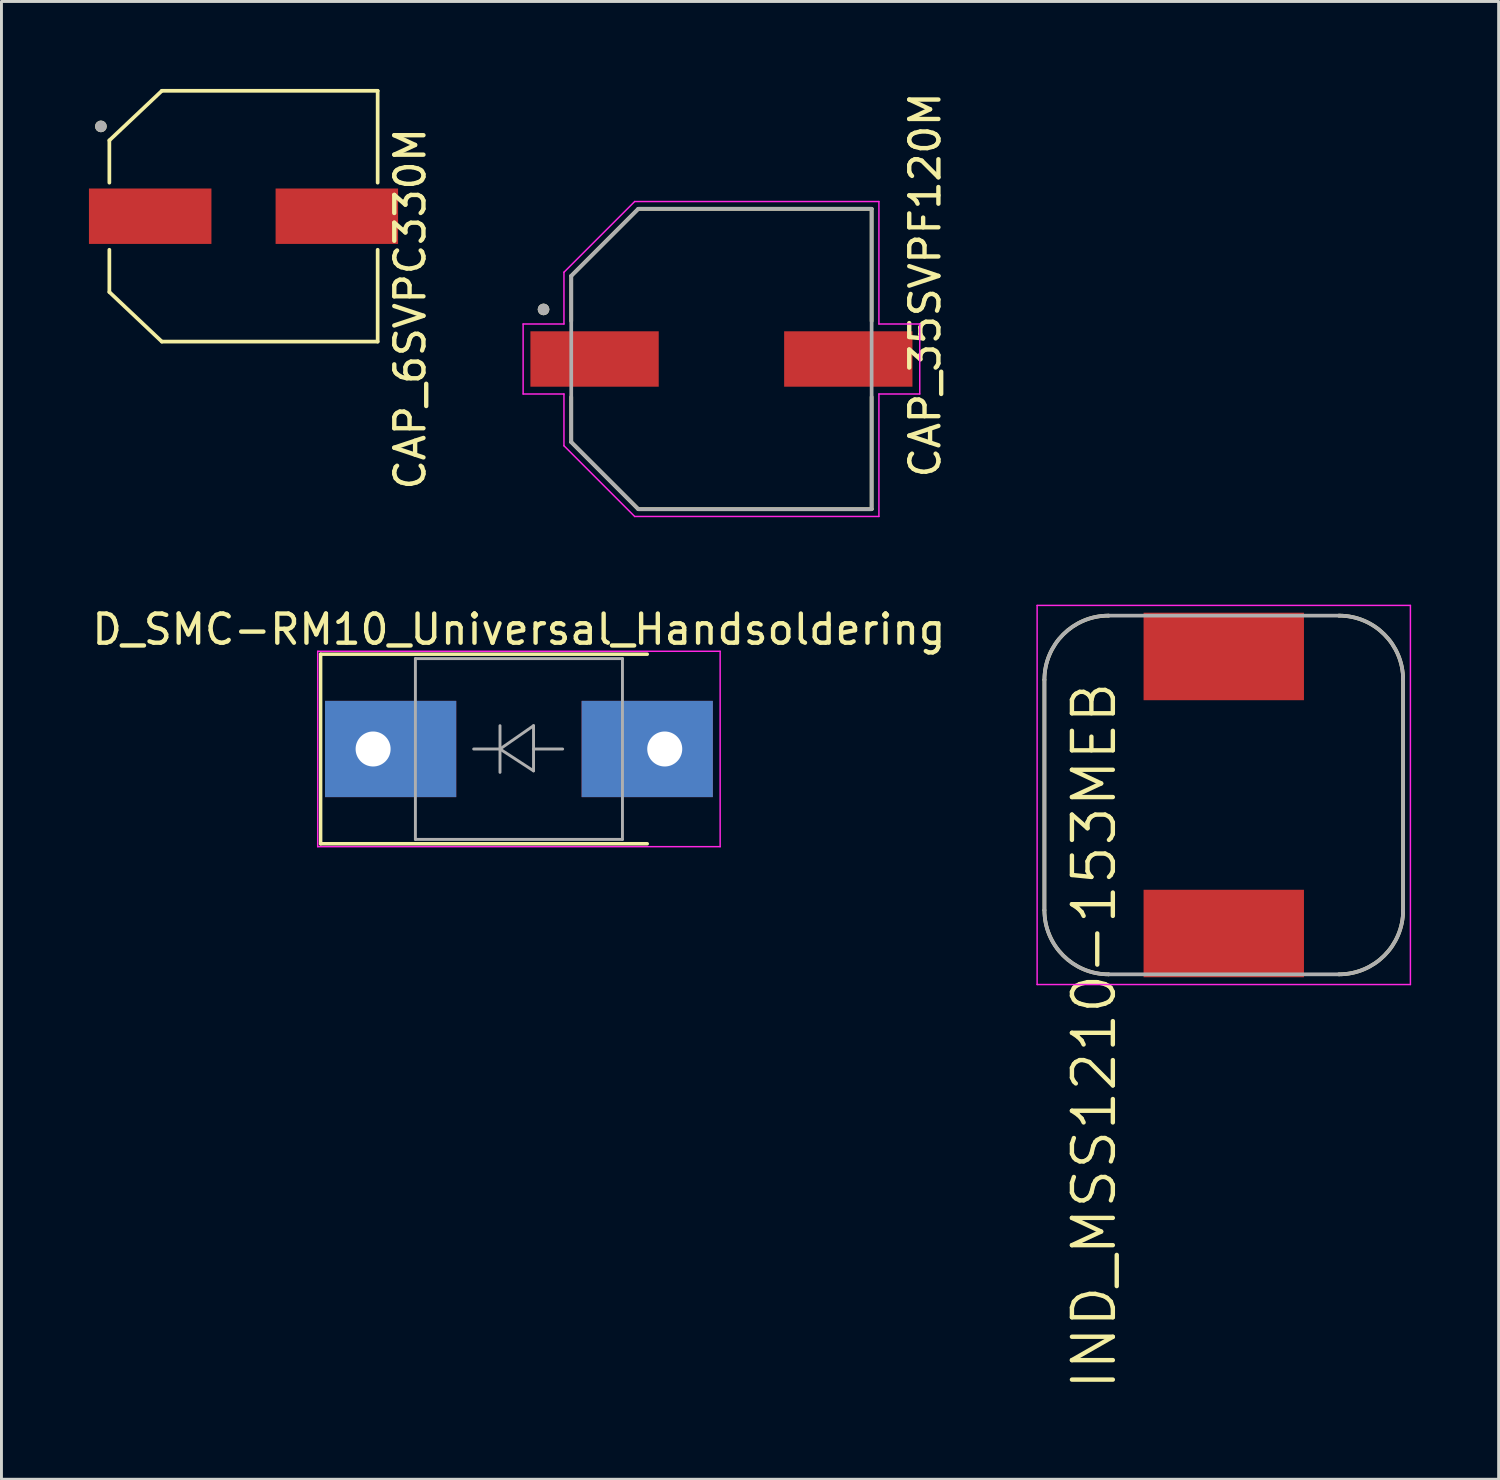
<source format=kicad_pcb>
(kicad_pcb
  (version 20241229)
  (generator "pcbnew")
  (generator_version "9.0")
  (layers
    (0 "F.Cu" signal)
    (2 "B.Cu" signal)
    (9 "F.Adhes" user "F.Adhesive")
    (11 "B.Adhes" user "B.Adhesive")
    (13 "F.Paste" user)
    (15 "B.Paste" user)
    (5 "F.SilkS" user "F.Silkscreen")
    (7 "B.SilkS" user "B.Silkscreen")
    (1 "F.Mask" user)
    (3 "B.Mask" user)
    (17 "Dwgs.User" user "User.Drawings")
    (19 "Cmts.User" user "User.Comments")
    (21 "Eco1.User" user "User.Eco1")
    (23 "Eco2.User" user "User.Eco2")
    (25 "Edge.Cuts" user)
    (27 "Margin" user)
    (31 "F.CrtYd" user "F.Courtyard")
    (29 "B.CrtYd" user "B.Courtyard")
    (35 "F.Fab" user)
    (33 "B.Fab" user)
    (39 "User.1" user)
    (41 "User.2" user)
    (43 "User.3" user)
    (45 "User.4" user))
  (footprint "D_SMC-RM10_Universal_Handsoldering"
    (layer "F.Cu")
    (at 14.744 22.633)
    (property "Reference" "D_SMC-RM10_Universal_Handsoldering" (at 0 -4.1 180) (layer "F.SilkS") (effects (font (size 1 1) (thickness 0.15))))
    (attr through_hole)
    (fp_line (start -6.8 -3.25) (end 4.4 -3.25) (stroke (width 0.12) (type solid)) (layer "F.SilkS"))
    (fp_line (start -6.8 3.25) (end -6.8 -3.25) (stroke (width 0.12) (type solid)) (layer "F.SilkS"))
    (fp_line (start -6.8 3.25) (end 4.4 3.25) (stroke (width 0.12) (type solid)) (layer "F.SilkS"))
    (fp_line (start -6.9 -3.35) (end 6.9 -3.35) (stroke (width 0.05) (type solid)) (layer "F.CrtYd"))
    (fp_line (start -6.9 3.35) (end -6.9 -3.35) (stroke (width 0.05) (type solid)) (layer "F.CrtYd"))
    (fp_line (start 6.9 -3.35) (end 6.9 3.35) (stroke (width 0.05) (type solid)) (layer "F.CrtYd"))
    (fp_line (start 6.9 3.35) (end -6.9 3.35) (stroke (width 0.05) (type solid)) (layer "F.CrtYd"))
    (fp_line (start -3.55 3.1) (end -3.55 -3.1) (stroke (width 0.1) (type solid)) (layer "F.Fab"))
    (fp_line (start -0.649 -0.799) (end -0.649 0.801) (stroke (width 0.1) (type solid)) (layer "F.Fab"))
    (fp_line (start -0.649 0.001) (end -1.551 0.001) (stroke (width 0.1) (type solid)) (layer "F.Fab"))
    (fp_line (start -0.649 0.001) (end 0.501 -0.799) (stroke (width 0.1) (type solid)) (layer "F.Fab"))
    (fp_line (start -0.649 0.001) (end 0.501 0.75) (stroke (width 0.1) (type solid)) (layer "F.Fab"))
    (fp_line (start 0.501 0.001) (end 1.499 0.001) (stroke (width 0.1) (type solid)) (layer "F.Fab"))
    (fp_line (start 0.501 0.75) (end 0.501 -0.799) (stroke (width 0.1) (type solid)) (layer "F.Fab"))
    (fp_line (start 3.55 -3.1) (end -3.55 -3.1) (stroke (width 0.1) (type solid)) (layer "F.Fab"))
    (fp_line (start 3.55 -3.1) (end 3.55 3.1) (stroke (width 0.1) (type solid)) (layer "F.Fab"))
    (fp_line (start 3.55 3.1) (end -3.55 3.1) (stroke (width 0.1) (type solid)) (layer "F.Fab"))
    (pad "1" thru_hole rect (at -5 0) (size 4.5 3.3) (drill 1.2 (offset 0.6 0)) (layers "*.Cu" "*.Mask"))
    (pad "2" thru_hole rect (at 5 0 180) (size 4.5 3.3) (drill 1.2 (offset 0.6 0)) (layers "*.Cu" "*.Mask")))
  (footprint "IND_MSS1210-153MEB"
    (layer "F.Cu")
    (at 38.913 24.21)
    (property "Reference" "IND_MSS1210-153MEB" (at -4.445 8.255 270) (layer "F.SilkS") (effects (font (size 1.403 1.403) (thickness 0.15))))
    (attr through_hole)
    (fp_line (start -6.15 3.95) (end -6.15 -3.95) (stroke (width 0.127) (type solid)) (layer "F.SilkS"))
    (fp_line (start 6.15 -3.95) (end 6.15 3.95) (stroke (width 0.127) (type solid)) (layer "F.SilkS"))
    (fp_arc (start -6.15 -3.95) (mid -5.505635 -5.505635) (end -3.95 -6.15) (stroke (width 0.127) (type solid)) (layer "F.SilkS"))
    (fp_arc (start -3.95 6.15) (mid -5.505635 5.505635) (end -6.15 3.95) (stroke (width 0.127) (type solid)) (layer "F.SilkS"))
    (fp_arc (start 3.95 -6.15) (mid 5.505635 -5.505635) (end 6.15 -3.95) (stroke (width 0.127) (type solid)) (layer "F.SilkS"))
    (fp_arc (start 6.15 3.95) (mid 5.505635 5.505635) (end 3.95 6.15) (stroke (width 0.127) (type solid)) (layer "F.SilkS"))
    (fp_line (start -6.4 -6.5) (end -6.4 6.5) (stroke (width 0.05) (type solid)) (layer "F.CrtYd"))
    (fp_line (start -6.4 6.5) (end 6.4 6.5) (stroke (width 0.05) (type solid)) (layer "F.CrtYd"))
    (fp_line (start 6.4 -6.5) (end -6.4 -6.5) (stroke (width 0.05) (type solid)) (layer "F.CrtYd"))
    (fp_line (start 6.4 6.5) (end 6.4 -6.5) (stroke (width 0.05) (type solid)) (layer "F.CrtYd"))
    (fp_line (start -6.15 3.95) (end -6.15 -3.95) (stroke (width 0.127) (type solid)) (layer "F.Fab"))
    (fp_line (start -3.95 -6.15) (end 3.95 -6.15) (stroke (width 0.127) (type solid)) (layer "F.Fab"))
    (fp_line (start 3.95 6.15) (end -3.95 6.15) (stroke (width 0.127) (type solid)) (layer "F.Fab"))
    (fp_line (start 6.15 -3.95) (end 6.15 3.95) (stroke (width 0.127) (type solid)) (layer "F.Fab"))
    (fp_arc (start -6.15 -3.95) (mid -5.505635 -5.505635) (end -3.95 -6.15) (stroke (width 0.127) (type solid)) (layer "F.Fab"))
    (fp_arc (start -3.95 6.15) (mid -5.505635 5.505635) (end -6.15 3.95) (stroke (width 0.127) (type solid)) (layer "F.Fab"))
    (fp_arc (start 3.95 -6.15) (mid 5.505635 -5.505635) (end 6.15 -3.95) (stroke (width 0.127) (type solid)) (layer "F.Fab"))
    (fp_arc (start 6.15 3.95) (mid 5.505635 5.505635) (end 3.95 6.15) (stroke (width 0.127) (type solid)) (layer "F.Fab"))
    (pad "1" smd rect (at 0 -4.75) (size 5.5 3) (layers "F.Cu" "F.Mask" "F.Paste"))
    (pad "2" smd rect (at 0 4.75) (size 5.5 3) (layers "F.Cu" "F.Mask" "F.Paste")))
  (footprint "CAP_35SVPF120M"
    (layer "F.Cu")
    (at 21.688 9.26)
    (property "Reference" "CAP_35SVPF120M" (at 6.985 -2.54 270) (layer "F.SilkS") (effects (font (size 1 1) (thickness 0.15))))
    (attr through_hole)
    (fp_line (start -5.15 -2.85) (end -2.85 -5.15) (stroke (width 0.127) (type solid)) (layer "F.SilkS"))
    (fp_line (start -5.15 -1.3) (end -5.15 -2.85) (stroke (width 0.127) (type solid)) (layer "F.SilkS"))
    (fp_line (start -5.15 2.85) (end -5.15 1.3) (stroke (width 0.127) (type solid)) (layer "F.SilkS"))
    (fp_line (start -2.85 -5.15) (end 5.15 -5.15) (stroke (width 0.127) (type solid)) (layer "F.SilkS"))
    (fp_line (start -2.85 5.15) (end -5.15 2.85) (stroke (width 0.127) (type solid)) (layer "F.SilkS"))
    (fp_line (start 5.15 -5.15) (end 5.15 -1.3) (stroke (width 0.127) (type solid)) (layer "F.SilkS"))
    (fp_line (start 5.15 1.3) (end 5.15 5.15) (stroke (width 0.127) (type solid)) (layer "F.SilkS"))
    (fp_line (start 5.15 5.15) (end -2.85 5.15) (stroke (width 0.127) (type solid)) (layer "F.SilkS"))
    (fp_circle (center -6.1 -1.7) (end -6 -1.7) (stroke (width 0.2) (type solid)) (fill no) (layer "F.SilkS"))
    (fp_line (start -6.8 -1.2) (end -5.4 -1.2) (stroke (width 0.05) (type solid)) (layer "F.CrtYd"))
    (fp_line (start -6.8 1.2) (end -6.8 -1.2) (stroke (width 0.05) (type solid)) (layer "F.CrtYd"))
    (fp_line (start -5.4 -2.975) (end -2.975 -5.4) (stroke (width 0.05) (type solid)) (layer "F.CrtYd"))
    (fp_line (start -5.4 -1.2) (end -5.4 -2.975) (stroke (width 0.05) (type solid)) (layer "F.CrtYd"))
    (fp_line (start -5.4 1.2) (end -6.8 1.2) (stroke (width 0.05) (type solid)) (layer "F.CrtYd"))
    (fp_line (start -5.4 2.975) (end -5.4 1.2) (stroke (width 0.05) (type solid)) (layer "F.CrtYd"))
    (fp_line (start -2.975 -5.4) (end 5.4 -5.4) (stroke (width 0.05) (type solid)) (layer "F.CrtYd"))
    (fp_line (start -2.975 5.4) (end -5.4 2.975) (stroke (width 0.05) (type solid)) (layer "F.CrtYd"))
    (fp_line (start 5.4 -5.4) (end 5.4 -1.2) (stroke (width 0.05) (type solid)) (layer "F.CrtYd"))
    (fp_line (start 5.4 -1.2) (end 6.8 -1.2) (stroke (width 0.05) (type solid)) (layer "F.CrtYd"))
    (fp_line (start 5.4 1.2) (end 5.4 5.4) (stroke (width 0.05) (type solid)) (layer "F.CrtYd"))
    (fp_line (start 5.4 5.4) (end -2.975 5.4) (stroke (width 0.05) (type solid)) (layer "F.CrtYd"))
    (fp_line (start 6.8 -1.2) (end 6.8 1.2) (stroke (width 0.05) (type solid)) (layer "F.CrtYd"))
    (fp_line (start 6.8 1.2) (end 5.4 1.2) (stroke (width 0.05) (type solid)) (layer "F.CrtYd"))
    (fp_line (start -5.15 -2.85) (end -2.85 -5.15) (stroke (width 0.127) (type solid)) (layer "F.Fab"))
    (fp_line (start -5.15 2.85) (end -5.15 -2.85) (stroke (width 0.127) (type solid)) (layer "F.Fab"))
    (fp_line (start -2.85 -5.15) (end 5.15 -5.15) (stroke (width 0.127) (type solid)) (layer "F.Fab"))
    (fp_line (start -2.85 5.15) (end -5.15 2.85) (stroke (width 0.127) (type solid)) (layer "F.Fab"))
    (fp_line (start 5.15 -5.15) (end 5.15 5.15) (stroke (width 0.127) (type solid)) (layer "F.Fab"))
    (fp_line (start 5.15 5.15) (end -2.85 5.15) (stroke (width 0.127) (type solid)) (layer "F.Fab"))
    (fp_circle (center -6.1 -1.7) (end -6 -1.7) (stroke (width 0.2) (type solid)) (fill no) (layer "F.Fab"))
    (pad "1" smd rect (at -4.35 0) (size 4.4 1.9) (layers "F.Cu" "F.Mask" "F.Paste"))
    (pad "2" smd rect (at 4.35 0) (size 4.4 1.9) (layers "F.Cu" "F.Mask" "F.Paste")))
  (footprint "CAP_6SVPC330M"
    (layer "F.Cu")
    (at 5.3 4.364)
    (property "Reference" "CAP_6SVPC330M" (at 5.715 3.175 270) (layer "F.SilkS") (effects (font (size 1 1) (thickness 0.15))))
    (attr through_hole)
    (fp_line (start -4.6 -2.6) (end -2.8 -4.3) (stroke (width 0.127) (type solid)) (layer "F.SilkS"))
    (fp_line (start -4.6 -1.15) (end -4.6 -2.6) (stroke (width 0.127) (type solid)) (layer "F.SilkS"))
    (fp_line (start -4.6 1.15) (end -4.6 2.6) (stroke (width 0.127) (type solid)) (layer "F.SilkS"))
    (fp_line (start -4.6 2.6) (end -2.8 4.3) (stroke (width 0.127) (type solid)) (layer "F.SilkS"))
    (fp_line (start -2.8 -4.3) (end 4.6 -4.3) (stroke (width 0.127) (type solid)) (layer "F.SilkS"))
    (fp_line (start -2.8 4.3) (end 4.6 4.3) (stroke (width 0.127) (type solid)) (layer "F.SilkS"))
    (fp_line (start 4.6 -4.3) (end 4.6 -1.15) (stroke (width 0.127) (type solid)) (layer "F.SilkS"))
    (fp_line (start 4.6 4.3) (end 4.6 1.15) (stroke (width 0.127) (type solid)) (layer "F.SilkS"))
    (fp_circle (center -4.89 -3.08) (end -4.79 -3.08) (stroke (width 0.2) (type solid)) (fill no) (layer "F.SilkS"))
    (fp_circle (center -4.89 -3.08) (end -4.79 -3.08) (stroke (width 0.2) (type solid)) (fill no) (layer "F.Fab"))
    (pad "1" smd rect (at -3.2 0) (size 4.2 1.9) (layers "F.Cu" "F.Mask" "F.Paste"))
    (pad "2" smd rect (at 3.2 0) (size 4.2 1.9) (layers "F.Cu" "F.Mask" "F.Paste")))
  (gr_rect
    (start -3 -3)
    (end 48.338 47.673)
    (stroke (width 0.1) (type default))
    (fill no)
    (layer "Edge.Cuts")))
</source>
